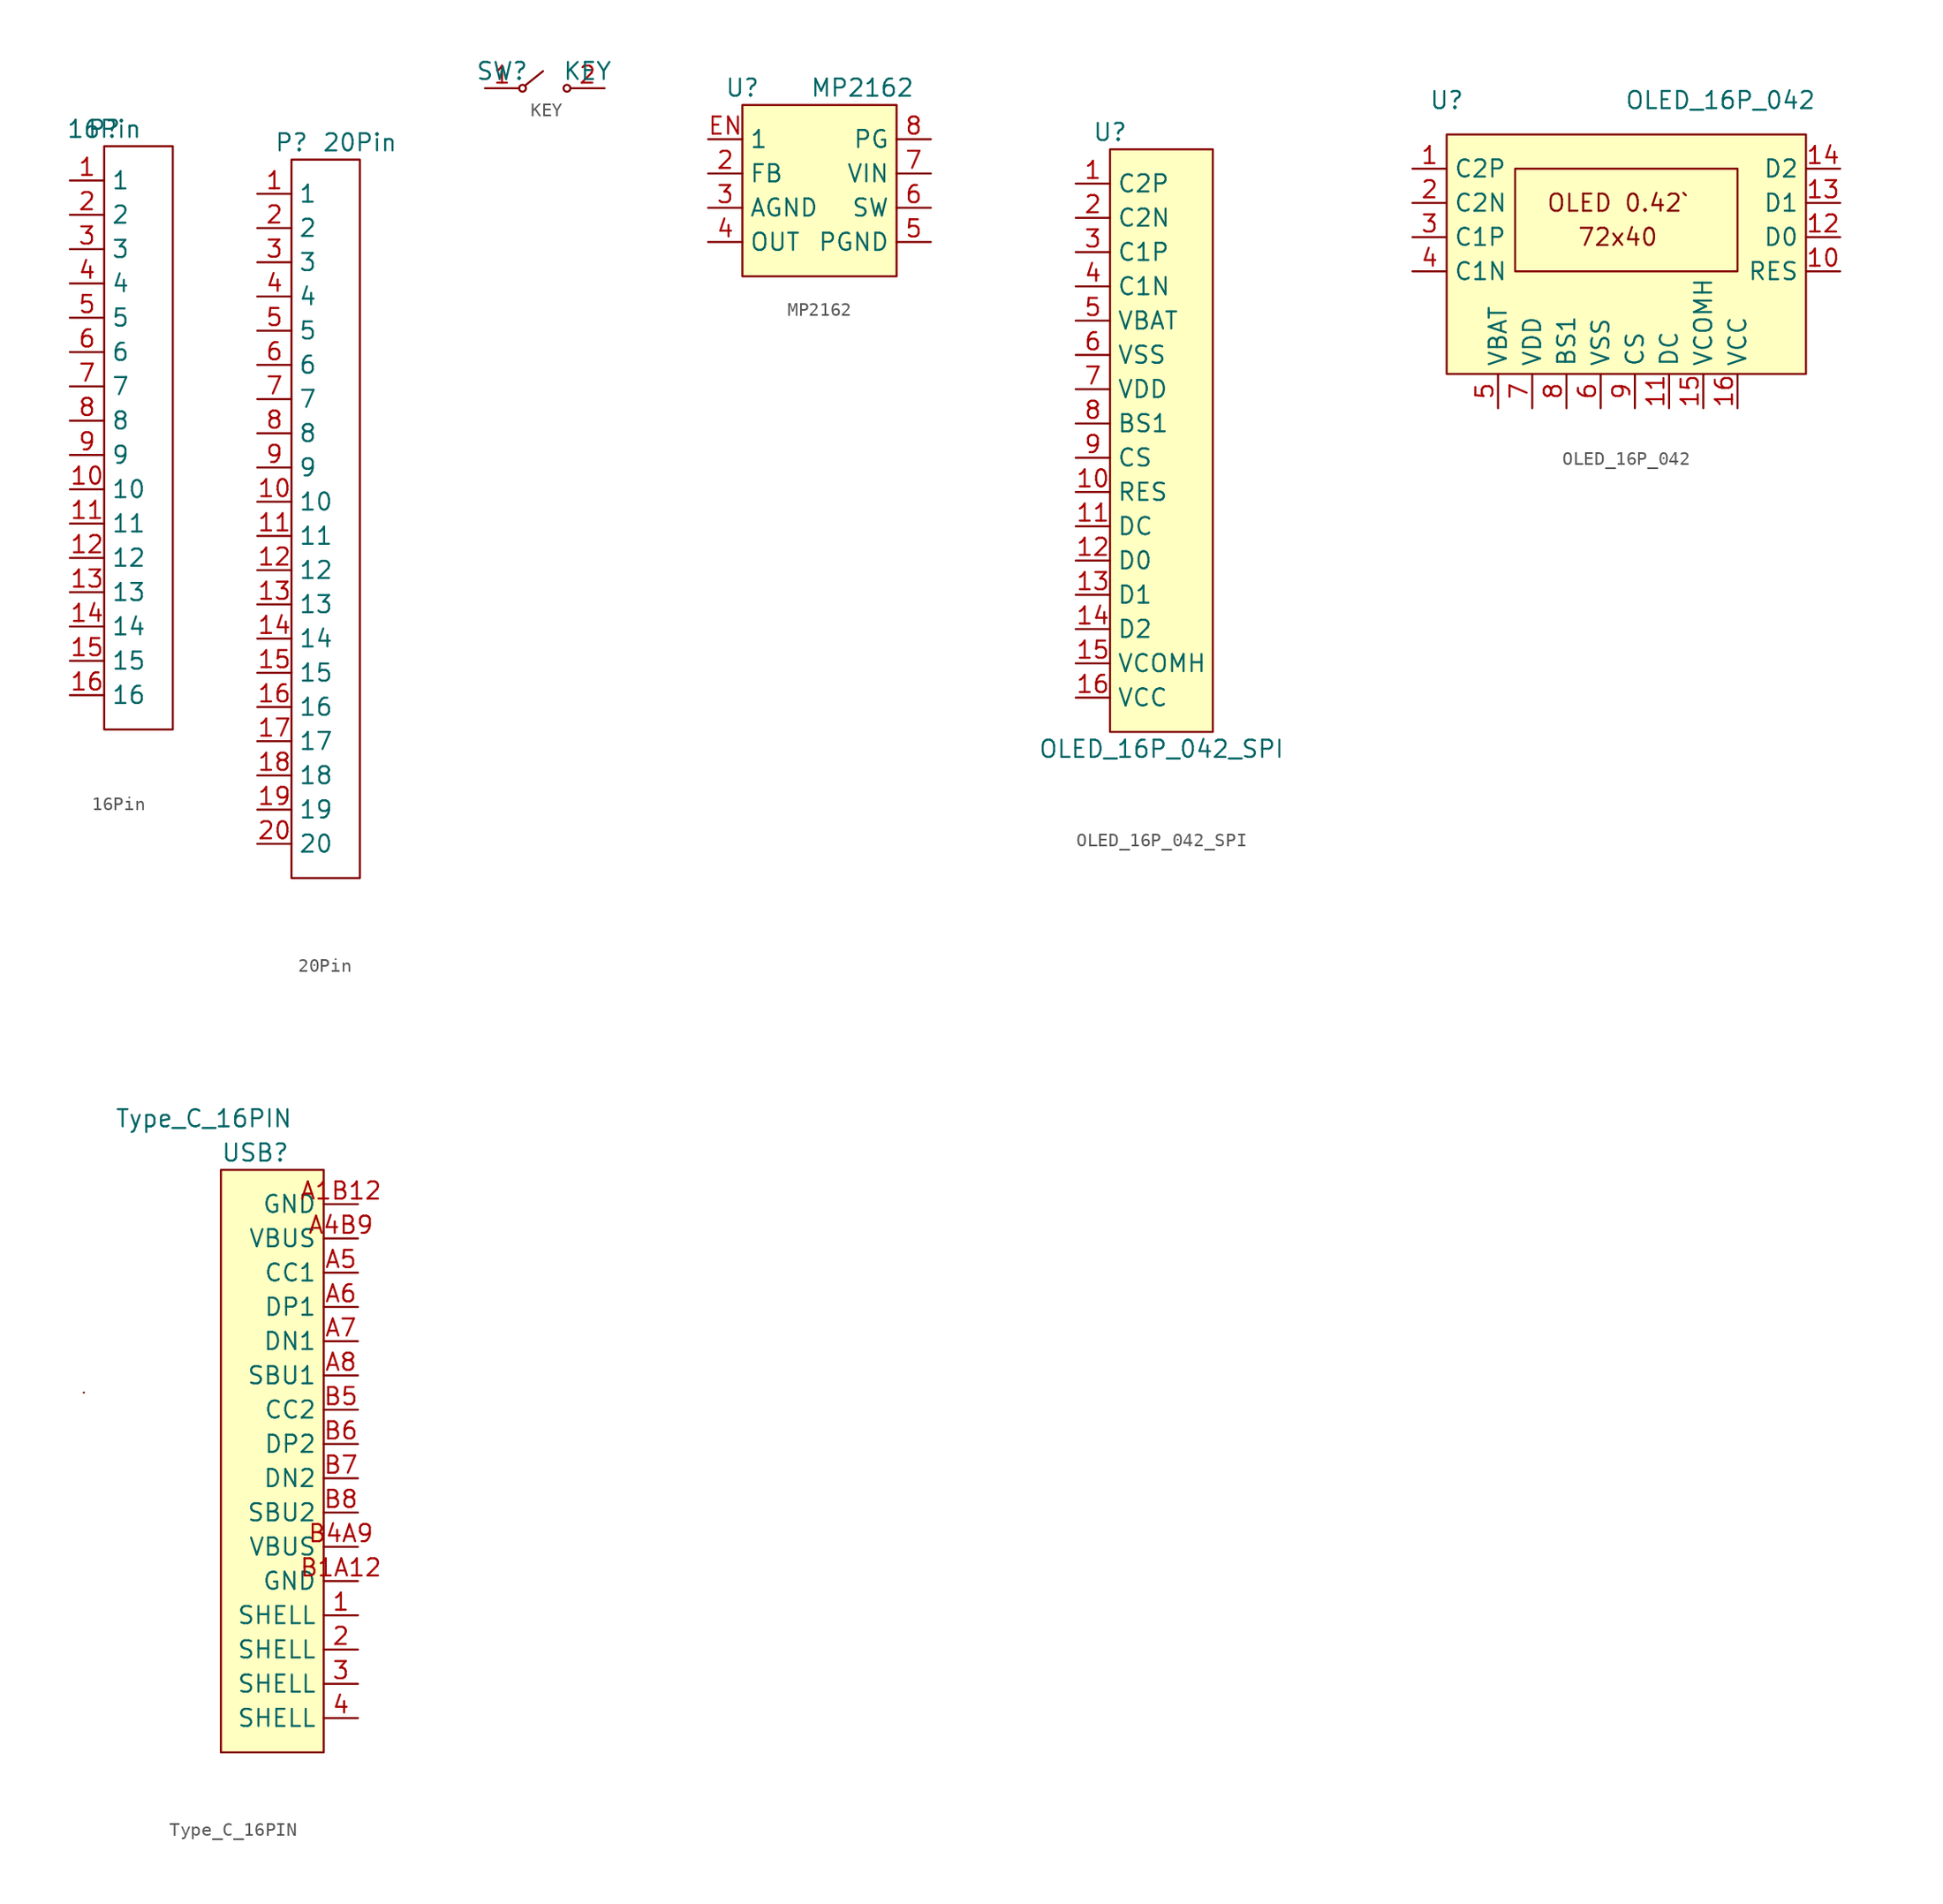
<source format=kicad_sym>
(kicad_symbol_lib
  (version 20211014)
  (generator kicad_symbol_editor)
  (symbol "16Pin"
    (property "Reference" "P"
      (at 0 1.27 0)
      (effects (font (size 1.27 1.27))))
    (property "Value" "16Pin"
      (at 0 1.27 0)
      (effects (font (size 1.27 1.27))))
    (symbol "16Pin_0_1"
      (rectangle (start 0 0) (end 5.08 -43.18) (stroke (width 0) (type default) (color 0 0 0 0)) (fill (type none))))
    (symbol "16Pin_1_1"
      (pin bidirectional line (at -2.54 -2.54 0) (length 2.54) (name "1" (effects (font (size 1.27 1.27)))) (number "1" (effects (font (size 1.27 1.27)))))
      (pin bidirectional line (at -2.54 -25.4 0) (length 2.54) (name "10" (effects (font (size 1.27 1.27)))) (number "10" (effects (font (size 1.27 1.27)))))
      (pin bidirectional line (at -2.54 -27.94 0) (length 2.54) (name "11" (effects (font (size 1.27 1.27)))) (number "11" (effects (font (size 1.27 1.27)))))
      (pin bidirectional line (at -2.54 -30.48 0) (length 2.54) (name "12" (effects (font (size 1.27 1.27)))) (number "12" (effects (font (size 1.27 1.27)))))
      (pin bidirectional line (at -2.54 -33.02 0) (length 2.54) (name "13" (effects (font (size 1.27 1.27)))) (number "13" (effects (font (size 1.27 1.27)))))
      (pin bidirectional line (at -2.54 -35.56 0) (length 2.54) (name "14" (effects (font (size 1.27 1.27)))) (number "14" (effects (font (size 1.27 1.27)))))
      (pin bidirectional line (at -2.54 -38.1 0) (length 2.54) (name "15" (effects (font (size 1.27 1.27)))) (number "15" (effects (font (size 1.27 1.27)))))
      (pin bidirectional line (at -2.54 -40.64 0) (length 2.54) (name "16" (effects (font (size 1.27 1.27)))) (number "16" (effects (font (size 1.27 1.27)))))
      (pin bidirectional line (at -2.54 -5.08 0) (length 2.54) (name "2" (effects (font (size 1.27 1.27)))) (number "2" (effects (font (size 1.27 1.27)))))
      (pin bidirectional line (at -2.54 -7.62 0) (length 2.54) (name "3" (effects (font (size 1.27 1.27)))) (number "3" (effects (font (size 1.27 1.27)))))
      (pin bidirectional line (at -2.54 -10.16 0) (length 2.54) (name "4" (effects (font (size 1.27 1.27)))) (number "4" (effects (font (size 1.27 1.27)))))
      (pin bidirectional line (at -2.54 -12.7 0) (length 2.54) (name "5" (effects (font (size 1.27 1.27)))) (number "5" (effects (font (size 1.27 1.27)))))
      (pin bidirectional line (at -2.54 -15.24 0) (length 2.54) (name "6" (effects (font (size 1.27 1.27)))) (number "6" (effects (font (size 1.27 1.27)))))
      (pin bidirectional line (at -2.54 -17.78 0) (length 2.54) (name "7" (effects (font (size 1.27 1.27)))) (number "7" (effects (font (size 1.27 1.27)))))
      (pin bidirectional line (at -2.54 -20.32 0) (length 2.54) (name "8" (effects (font (size 1.27 1.27)))) (number "8" (effects (font (size 1.27 1.27)))))
      (pin bidirectional line (at -2.54 -22.86 0) (length 2.54) (name "9" (effects (font (size 1.27 1.27)))) (number "9" (effects (font (size 1.27 1.27)))))))
  (symbol "20Pin"
    (property "Reference" "P"
      (at 0 1.27 0)
      (effects (font (size 1.27 1.27))))
    (property "Value" "20Pin"
      (at 5.08 1.27 0)
      (effects (font (size 1.27 1.27))))
    (symbol "20Pin_0_1"
      (rectangle (start 0 0) (end 5.08 -53.34) (stroke (width 0) (type default) (color 0 0 0 0)) (fill (type none))))
    (symbol "20Pin_1_1"
      (pin bidirectional line (at -2.54 -2.54 0) (length 2.54) (name "1" (effects (font (size 1.27 1.27)))) (number "1" (effects (font (size 1.27 1.27)))))
      (pin bidirectional line (at -2.54 -25.4 0) (length 2.54) (name "10" (effects (font (size 1.27 1.27)))) (number "10" (effects (font (size 1.27 1.27)))))
      (pin bidirectional line (at -2.54 -27.94 0) (length 2.54) (name "11" (effects (font (size 1.27 1.27)))) (number "11" (effects (font (size 1.27 1.27)))))
      (pin bidirectional line (at -2.54 -30.48 0) (length 2.54) (name "12" (effects (font (size 1.27 1.27)))) (number "12" (effects (font (size 1.27 1.27)))))
      (pin bidirectional line (at -2.54 -33.02 0) (length 2.54) (name "13" (effects (font (size 1.27 1.27)))) (number "13" (effects (font (size 1.27 1.27)))))
      (pin bidirectional line (at -2.54 -35.56 0) (length 2.54) (name "14" (effects (font (size 1.27 1.27)))) (number "14" (effects (font (size 1.27 1.27)))))
      (pin bidirectional line (at -2.54 -38.1 0) (length 2.54) (name "15" (effects (font (size 1.27 1.27)))) (number "15" (effects (font (size 1.27 1.27)))))
      (pin bidirectional line (at -2.54 -40.64 0) (length 2.54) (name "16" (effects (font (size 1.27 1.27)))) (number "16" (effects (font (size 1.27 1.27)))))
      (pin bidirectional line (at -2.54 -43.18 0) (length 2.54) (name "17" (effects (font (size 1.27 1.27)))) (number "17" (effects (font (size 1.27 1.27)))))
      (pin bidirectional line (at -2.54 -45.72 0) (length 2.54) (name "18" (effects (font (size 1.27 1.27)))) (number "18" (effects (font (size 1.27 1.27)))))
      (pin bidirectional line (at -2.54 -48.26 0) (length 2.54) (name "19" (effects (font (size 1.27 1.27)))) (number "19" (effects (font (size 1.27 1.27)))))
      (pin bidirectional line (at -2.54 -5.08 0) (length 2.54) (name "2" (effects (font (size 1.27 1.27)))) (number "2" (effects (font (size 1.27 1.27)))))
      (pin bidirectional line (at -2.54 -50.8 0) (length 2.54) (name "20" (effects (font (size 1.27 1.27)))) (number "20" (effects (font (size 1.27 1.27)))))
      (pin bidirectional line (at -2.54 -7.62 0) (length 2.54) (name "3" (effects (font (size 1.27 1.27)))) (number "3" (effects (font (size 1.27 1.27)))))
      (pin bidirectional line (at -2.54 -10.16 0) (length 2.54) (name "4" (effects (font (size 1.27 1.27)))) (number "4" (effects (font (size 1.27 1.27)))))
      (pin bidirectional line (at -2.54 -12.7 0) (length 2.54) (name "5" (effects (font (size 1.27 1.27)))) (number "5" (effects (font (size 1.27 1.27)))))
      (pin bidirectional line (at -2.54 -15.24 0) (length 2.54) (name "6" (effects (font (size 1.27 1.27)))) (number "6" (effects (font (size 1.27 1.27)))))
      (pin bidirectional line (at -2.54 -17.78 0) (length 2.54) (name "7" (effects (font (size 1.27 1.27)))) (number "7" (effects (font (size 1.27 1.27)))))
      (pin bidirectional line (at -2.54 -20.32 0) (length 2.54) (name "8" (effects (font (size 1.27 1.27)))) (number "8" (effects (font (size 1.27 1.27)))))
      (pin bidirectional line (at -2.54 -22.86 0) (length 2.54) (name "9" (effects (font (size 1.27 1.27)))) (number "9" (effects (font (size 1.27 1.27)))))))
  (symbol "KEY"
    (pin_names hide)
    (property "Reference" "SW"
      (at -2.54 1.27 0)
      (effects (font (size 1.27 1.27))))
    (property "Value" "KEY"
      (at 3.81 1.27 0)
      (effects (font (size 1.27 1.27))))
    (symbol "KEY_0_1"
      (circle (center -1.016 0) (radius 0.254) (stroke (width 0) (type default) (color 0 0 0 0)) (fill (type none)))
      (polyline (pts (xy -0.762 0.254) (xy 0.508 1.27)) (stroke (width 0) (type default) (color 0 0 0 0)) (fill (type none)))
      (circle (center 2.286 0) (radius 0.254) (stroke (width 0) (type default) (color 0 0 0 0)) (fill (type none))))
    (symbol "KEY_1_1"
      (pin passive line (at -3.81 0 0) (length 2.54) (name "A" (effects (font (size 1.27 1.27)))) (number "1" (effects (font (size 1.27 1.27)))))
      (pin passive line (at 5.08 0 180) (length 2.54) (name "B" (effects (font (size 1.27 1.27)))) (number "2" (effects (font (size 1.27 1.27)))))))
  (symbol "MP2162"
    (property "Reference" "U"
      (at 0 1.27 0)
      (effects (font (size 1.27 1.27))))
    (property "Value" "MP2162"
      (at 8.89 1.27 0)
      (effects (font (size 1.27 1.27))))
    (symbol "MP2162_0_1"
      (rectangle (start 0 0) (end 11.43 -12.7) (stroke (width 0) (type default) (color 0 0 0 0)) (fill (type background))))
    (symbol "MP2162_1_1"
      (pin input line (at -2.54 -5.08 0) (length 2.54) (name "FB" (effects (font (size 1.27 1.27)))) (number "2" (effects (font (size 1.27 1.27)))))
      (pin power_in line (at -2.54 -7.62 0) (length 2.54) (name "AGND" (effects (font (size 1.27 1.27)))) (number "3" (effects (font (size 1.27 1.27)))))
      (pin power_out line (at -2.54 -10.16 0) (length 2.54) (name "OUT" (effects (font (size 1.27 1.27)))) (number "4" (effects (font (size 1.27 1.27)))))
      (pin power_in line (at 13.97 -10.16 180) (length 2.54) (name "PGND" (effects (font (size 1.27 1.27)))) (number "5" (effects (font (size 1.27 1.27)))))
      (pin power_out line (at 13.97 -7.62 180) (length 2.54) (name "SW" (effects (font (size 1.27 1.27)))) (number "6" (effects (font (size 1.27 1.27)))))
      (pin power_in line (at 13.97 -5.08 180) (length 2.54) (name "VIN" (effects (font (size 1.27 1.27)))) (number "7" (effects (font (size 1.27 1.27)))))
      (pin output line (at 13.97 -2.54 180) (length 2.54) (name "PG" (effects (font (size 1.27 1.27)))) (number "8" (effects (font (size 1.27 1.27)))))
      (pin input line (at -2.54 -2.54 0) (length 2.54) (name "1" (effects (font (size 1.27 1.27)))) (number "EN" (effects (font (size 1.27 1.27)))))))
  (symbol "OLED_16P_042_SPI"
    (property "Reference" "U"
      (at 0 1.27 0)
      (effects (font (size 1.27 1.27))))
    (property "Value" "OLED_16P_042_SPI"
      (at 3.81 -44.45 0)
      (effects (font (size 1.27 1.27))))
    (symbol "OLED_16P_042_SPI_0_1"
      (rectangle (start 0 0) (end 7.62 -43.18) (stroke (width 0) (type default) (color 0 0 0 0)) (fill (type background))))
    (symbol "OLED_16P_042_SPI_1_1"
      (pin passive line (at -2.54 -2.54 0) (length 2.54) (name "C2P" (effects (font (size 1.27 1.27)))) (number "1" (effects (font (size 1.27 1.27)))))
      (pin passive line (at -2.54 -25.4 0) (length 2.54) (name "RES" (effects (font (size 1.27 1.27)))) (number "10" (effects (font (size 1.27 1.27)))))
      (pin passive line (at -2.54 -27.94 0) (length 2.54) (name "DC" (effects (font (size 1.27 1.27)))) (number "11" (effects (font (size 1.27 1.27)))))
      (pin passive line (at -2.54 -30.48 0) (length 2.54) (name "D0" (effects (font (size 1.27 1.27)))) (number "12" (effects (font (size 1.27 1.27)))))
      (pin passive line (at -2.54 -33.02 0) (length 2.54) (name "D1" (effects (font (size 1.27 1.27)))) (number "13" (effects (font (size 1.27 1.27)))))
      (pin passive line (at -2.54 -35.56 0) (length 2.54) (name "D2" (effects (font (size 1.27 1.27)))) (number "14" (effects (font (size 1.27 1.27)))))
      (pin passive line (at -2.54 -38.1 0) (length 2.54) (name "VCOMH" (effects (font (size 1.27 1.27)))) (number "15" (effects (font (size 1.27 1.27)))))
      (pin passive line (at -2.54 -40.64 0) (length 2.54) (name "VCC" (effects (font (size 1.27 1.27)))) (number "16" (effects (font (size 1.27 1.27)))))
      (pin passive line (at -2.54 -5.08 0) (length 2.54) (name "C2N" (effects (font (size 1.27 1.27)))) (number "2" (effects (font (size 1.27 1.27)))))
      (pin passive line (at -2.54 -7.62 0) (length 2.54) (name "C1P" (effects (font (size 1.27 1.27)))) (number "3" (effects (font (size 1.27 1.27)))))
      (pin passive line (at -2.54 -10.16 0) (length 2.54) (name "C1N" (effects (font (size 1.27 1.27)))) (number "4" (effects (font (size 1.27 1.27)))))
      (pin passive line (at -2.54 -12.7 0) (length 2.54) (name "VBAT" (effects (font (size 1.27 1.27)))) (number "5" (effects (font (size 1.27 1.27)))))
      (pin passive line (at -2.54 -15.24 0) (length 2.54) (name "VSS" (effects (font (size 1.27 1.27)))) (number "6" (effects (font (size 1.27 1.27)))))
      (pin passive line (at -2.54 -17.78 0) (length 2.54) (name "VDD" (effects (font (size 1.27 1.27)))) (number "7" (effects (font (size 1.27 1.27)))))
      (pin passive line (at -2.54 -20.32 0) (length 2.54) (name "BS1" (effects (font (size 1.27 1.27)))) (number "8" (effects (font (size 1.27 1.27)))))
      (pin passive line (at -2.54 -22.86 0) (length 2.54) (name "CS" (effects (font (size 1.27 1.27)))) (number "9" (effects (font (size 1.27 1.27)))))))
  (symbol "OLED_16P_042"
    (property "Reference" "U"
      (at 0 2.54 0)
      (effects (font (size 1.27 1.27))))
    (property "Value" "OLED_16P_042"
      (at 20.32 2.54 0)
      (effects (font (size 1.27 1.27))))
    (symbol "OLED_16P_042_0_0"
      (text "72x40" (at 12.7 -7.62 0) (effects (font (size 1.27 1.27))))
      (text "OLED 0.42`" (at 12.7 -5.08 0) (effects (font (size 1.27 1.27)))))
    (symbol "OLED_16P_042_0_1"
      (rectangle (start 0 0) (end 26.67 -17.78) (stroke (width 0) (type default) (color 0 0 0 0)) (fill (type background)))
      (rectangle (start 5.08 -2.54) (end 21.59 -10.16) (stroke (width 0) (type default) (color 0 0 0 0)) (fill (type none))))
    (symbol "OLED_16P_042_1_1"
      (pin passive line (at -2.54 -2.54 0) (length 2.54) (name "C2P" (effects (font (size 1.27 1.27)))) (number "1" (effects (font (size 1.27 1.27)))))
      (pin passive line (at 29.21 -10.16 180) (length 2.54) (name "RES" (effects (font (size 1.27 1.27)))) (number "10" (effects (font (size 1.27 1.27)))))
      (pin passive line (at 16.51 -20.32 90) (length 2.54) (name "DC" (effects (font (size 1.27 1.27)))) (number "11" (effects (font (size 1.27 1.27)))))
      (pin passive line (at 29.21 -7.62 180) (length 2.54) (name "D0" (effects (font (size 1.27 1.27)))) (number "12" (effects (font (size 1.27 1.27)))))
      (pin passive line (at 29.21 -5.08 180) (length 2.54) (name "D1" (effects (font (size 1.27 1.27)))) (number "13" (effects (font (size 1.27 1.27)))))
      (pin passive line (at 29.21 -2.54 180) (length 2.54) (name "D2" (effects (font (size 1.27 1.27)))) (number "14" (effects (font (size 1.27 1.27)))))
      (pin passive line (at 19.05 -20.32 90) (length 2.54) (name "VCOMH" (effects (font (size 1.27 1.27)))) (number "15" (effects (font (size 1.27 1.27)))))
      (pin passive line (at 21.59 -20.32 90) (length 2.54) (name "VCC" (effects (font (size 1.27 1.27)))) (number "16" (effects (font (size 1.27 1.27)))))
      (pin passive line (at -2.54 -5.08 0) (length 2.54) (name "C2N" (effects (font (size 1.27 1.27)))) (number "2" (effects (font (size 1.27 1.27)))))
      (pin passive line (at -2.54 -7.62 0) (length 2.54) (name "C1P" (effects (font (size 1.27 1.27)))) (number "3" (effects (font (size 1.27 1.27)))))
      (pin passive line (at -2.54 -10.16 0) (length 2.54) (name "C1N" (effects (font (size 1.27 1.27)))) (number "4" (effects (font (size 1.27 1.27)))))
      (pin passive line (at 3.81 -20.32 90) (length 2.54) (name "VBAT" (effects (font (size 1.27 1.27)))) (number "5" (effects (font (size 1.27 1.27)))))
      (pin passive line (at 11.43 -20.32 90) (length 2.54) (name "VSS" (effects (font (size 1.27 1.27)))) (number "6" (effects (font (size 1.27 1.27)))))
      (pin passive line (at 6.35 -20.32 90) (length 2.54) (name "VDD" (effects (font (size 1.27 1.27)))) (number "7" (effects (font (size 1.27 1.27)))))
      (pin passive line (at 8.89 -20.32 90) (length 2.54) (name "BS1" (effects (font (size 1.27 1.27)))) (number "8" (effects (font (size 1.27 1.27)))))
      (pin passive line (at 13.97 -20.32 90) (length 2.54) (name "CS" (effects (font (size 1.27 1.27)))) (number "9" (effects (font (size 1.27 1.27)))))))
  (symbol "Type_C_16PIN"
    (property "Reference" "USB"
      (at 2.54 1.27 0)
      (effects (font (size 1.27 1.27))))
    (property "Value" "Type_C_16PIN"
      (at -1.27 3.81 0)
      (effects (font (size 1.27 1.27))))
    (symbol "Type_C_16PIN_0_1"
      (arc (start -10.16 -16.51) (mid -10.16 -16.51) (end -10.16 -16.51) (stroke (width 0) (type default) (color 0 0 0 0)) (fill (type none)))
      (rectangle (start 0 0) (end 7.62 -43.18) (stroke (width 0) (type default) (color 0 0 0 0)) (fill (type background))))
    (symbol "Type_C_16PIN_1_1"
      (pin power_in line (at 10.16 -33.02 180) (length 2.54) (name "SHELL" (effects (font (size 1.27 1.27)))) (number "1" (effects (font (size 1.27 1.27)))))
      (pin power_in line (at 10.16 -35.56 180) (length 2.54) (name "SHELL" (effects (font (size 1.27 1.27)))) (number "2" (effects (font (size 1.27 1.27)))))
      (pin power_in line (at 10.16 -38.1 180) (length 2.54) (name "SHELL" (effects (font (size 1.27 1.27)))) (number "3" (effects (font (size 1.27 1.27)))))
      (pin power_in line (at 10.16 -40.64 180) (length 2.54) (name "SHELL" (effects (font (size 1.27 1.27)))) (number "4" (effects (font (size 1.27 1.27)))))
      (pin power_in line (at 10.16 -2.54 180) (length 2.54) (name "GND" (effects (font (size 1.27 1.27)))) (number "A1B12" (effects (font (size 1.27 1.27)))))
      (pin power_in line (at 10.16 -5.08 180) (length 2.54) (name "VBUS" (effects (font (size 1.27 1.27)))) (number "A4B9" (effects (font (size 1.27 1.27)))))
      (pin bidirectional line (at 10.16 -7.62 180) (length 2.54) (name "CC1" (effects (font (size 1.27 1.27)))) (number "A5" (effects (font (size 1.27 1.27)))))
      (pin bidirectional line (at 10.16 -10.16 180) (length 2.54) (name "DP1" (effects (font (size 1.27 1.27)))) (number "A6" (effects (font (size 1.27 1.27)))))
      (pin bidirectional line (at 10.16 -12.7 180) (length 2.54) (name "DN1" (effects (font (size 1.27 1.27)))) (number "A7" (effects (font (size 1.27 1.27)))))
      (pin bidirectional line (at 10.16 -15.24 180) (length 2.54) (name "SBU1" (effects (font (size 1.27 1.27)))) (number "A8" (effects (font (size 1.27 1.27)))))
      (pin power_in line (at 10.16 -30.48 180) (length 2.54) (name "GND" (effects (font (size 1.27 1.27)))) (number "B1A12" (effects (font (size 1.27 1.27)))))
      (pin power_in line (at 10.16 -27.94 180) (length 2.54) (name "VBUS" (effects (font (size 1.27 1.27)))) (number "B4A9" (effects (font (size 1.27 1.27)))))
      (pin bidirectional line (at 10.16 -17.78 180) (length 2.54) (name "CC2" (effects (font (size 1.27 1.27)))) (number "B5" (effects (font (size 1.27 1.27)))))
      (pin bidirectional line (at 10.16 -20.32 180) (length 2.54) (name "DP2" (effects (font (size 1.27 1.27)))) (number "B6" (effects (font (size 1.27 1.27)))))
      (pin bidirectional line (at 10.16 -22.86 180) (length 2.54) (name "DN2" (effects (font (size 1.27 1.27)))) (number "B7" (effects (font (size 1.27 1.27)))))
      (pin bidirectional line (at 10.16 -25.4 180) (length 2.54) (name "SBU2" (effects (font (size 1.27 1.27)))) (number "B8" (effects (font (size 1.27 1.27))))))))
</source>
